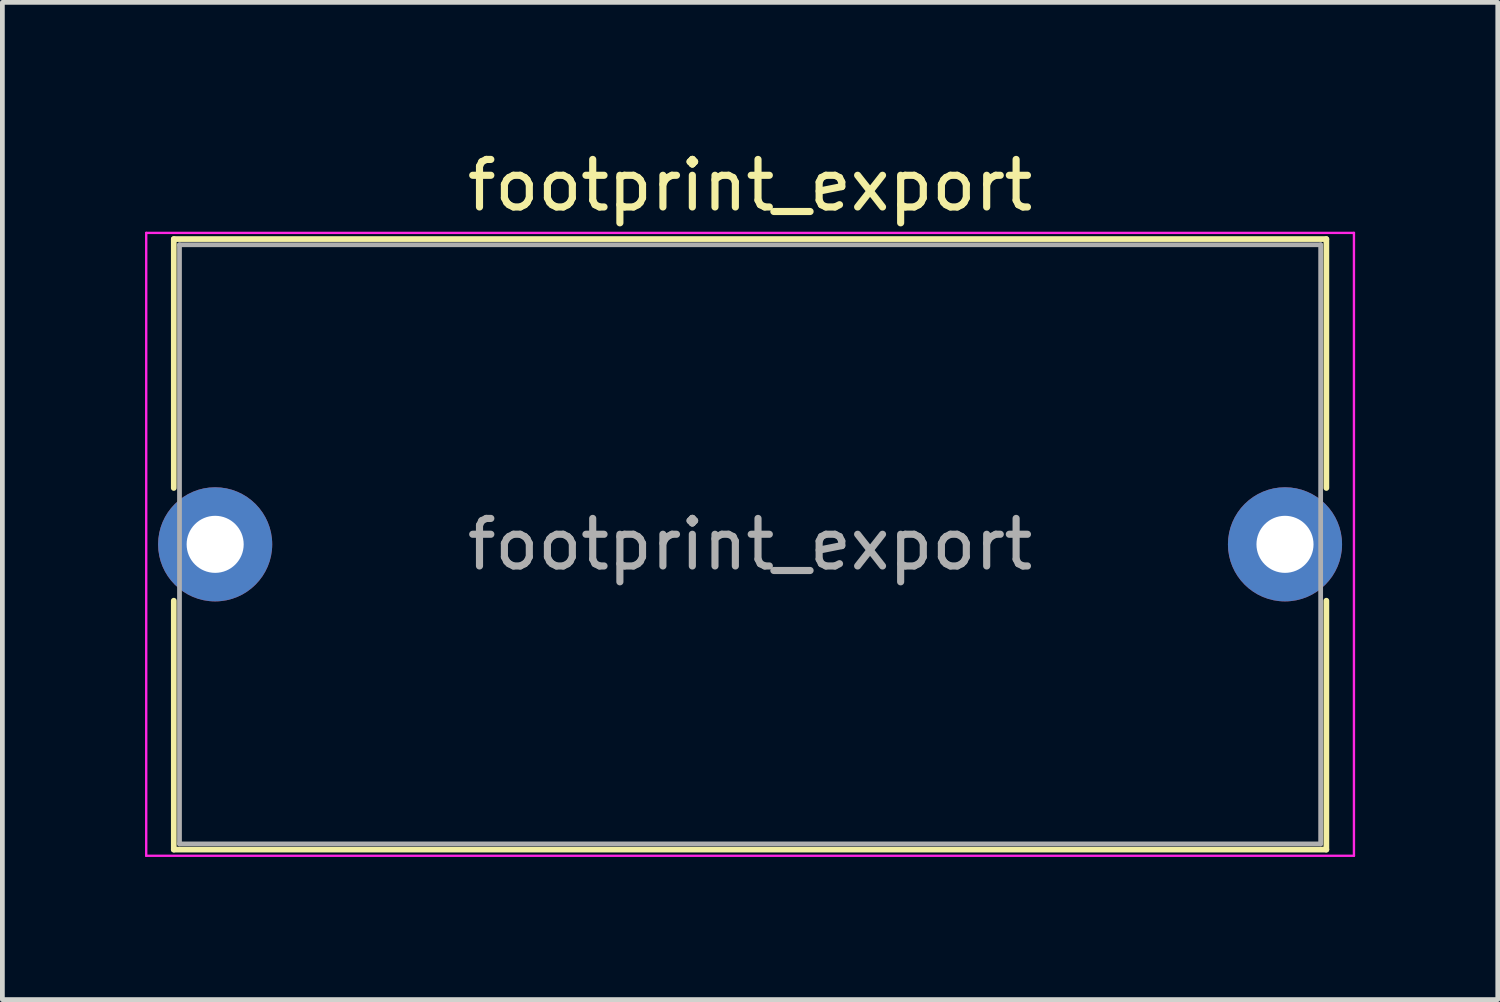
<source format=kicad_pcb>
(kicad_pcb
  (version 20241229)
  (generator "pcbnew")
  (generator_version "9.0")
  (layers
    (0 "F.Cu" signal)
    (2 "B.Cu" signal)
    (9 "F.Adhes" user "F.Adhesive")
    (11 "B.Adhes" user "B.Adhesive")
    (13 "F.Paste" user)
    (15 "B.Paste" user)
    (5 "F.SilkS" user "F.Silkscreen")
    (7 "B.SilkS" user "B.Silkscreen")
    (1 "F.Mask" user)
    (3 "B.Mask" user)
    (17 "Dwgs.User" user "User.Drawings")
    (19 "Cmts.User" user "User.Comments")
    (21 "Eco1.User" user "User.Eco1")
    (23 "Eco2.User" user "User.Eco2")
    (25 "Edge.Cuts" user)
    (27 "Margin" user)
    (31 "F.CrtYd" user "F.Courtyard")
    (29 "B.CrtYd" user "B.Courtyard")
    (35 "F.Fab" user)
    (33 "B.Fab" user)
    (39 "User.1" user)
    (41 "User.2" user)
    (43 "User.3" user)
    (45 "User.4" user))
  (footprint "footprint_export"
    (layer "F.Cu")
    (at 1.475 8.398)
    (property "Reference" "footprint_export" (at 11.25 -7.55 0) (layer "F.SilkS") (effects (font (size 1 1) (thickness 0.15))))
    (attr through_hole)
    (fp_line (start -0.87 -6.42) (end -0.87 -1.185) (stroke (width 0.12) (type solid)) (layer "F.SilkS"))
    (fp_line (start -0.87 -6.42) (end 23.37 -6.42) (stroke (width 0.12) (type solid)) (layer "F.SilkS"))
    (fp_line (start -0.87 1.185) (end -0.87 6.42) (stroke (width 0.12) (type solid)) (layer "F.SilkS"))
    (fp_line (start -0.87 6.42) (end 23.37 6.42) (stroke (width 0.12) (type solid)) (layer "F.SilkS"))
    (fp_line (start 23.37 -6.42) (end 23.37 -1.185) (stroke (width 0.12) (type solid)) (layer "F.SilkS"))
    (fp_line (start 23.37 1.185) (end 23.37 6.42) (stroke (width 0.12) (type solid)) (layer "F.SilkS"))
    (fp_line (start -1.45 -6.55) (end -1.45 6.55) (stroke (width 0.05) (type solid)) (layer "F.CrtYd"))
    (fp_line (start -1.45 6.55) (end 23.95 6.55) (stroke (width 0.05) (type solid)) (layer "F.CrtYd"))
    (fp_line (start 23.95 -6.55) (end -1.45 -6.55) (stroke (width 0.05) (type solid)) (layer "F.CrtYd"))
    (fp_line (start 23.95 6.55) (end 23.95 -6.55) (stroke (width 0.05) (type solid)) (layer "F.CrtYd"))
    (fp_line (start -0.75 -6.3) (end -0.75 6.3) (stroke (width 0.1) (type solid)) (layer "F.Fab"))
    (fp_line (start -0.75 6.3) (end 23.25 6.3) (stroke (width 0.1) (type solid)) (layer "F.Fab"))
    (fp_line (start 23.25 -6.3) (end -0.75 -6.3) (stroke (width 0.1) (type solid)) (layer "F.Fab"))
    (fp_line (start 23.25 6.3) (end 23.25 -6.3) (stroke (width 0.1) (type solid)) (layer "F.Fab"))
    (fp_text user "${REFERENCE}" (at 11.25 0 0) (layer "F.Fab") (effects (font (size 1 1) (thickness 0.15))))
    (pad "1" thru_hole circle (at 0 0) (size 2.4 2.4) (drill 1.2) (layers "*.Cu" "*.Mask"))
    (pad "2" thru_hole circle (at 22.5 0) (size 2.4 2.4) (drill 1.2) (layers "*.Cu" "*.Mask")))
  (gr_rect
    (start -3 -3)
    (end 28.45 17.973)
    (stroke (width 0.1) (type default))
    (fill no)
    (layer "Edge.Cuts")))
</source>
